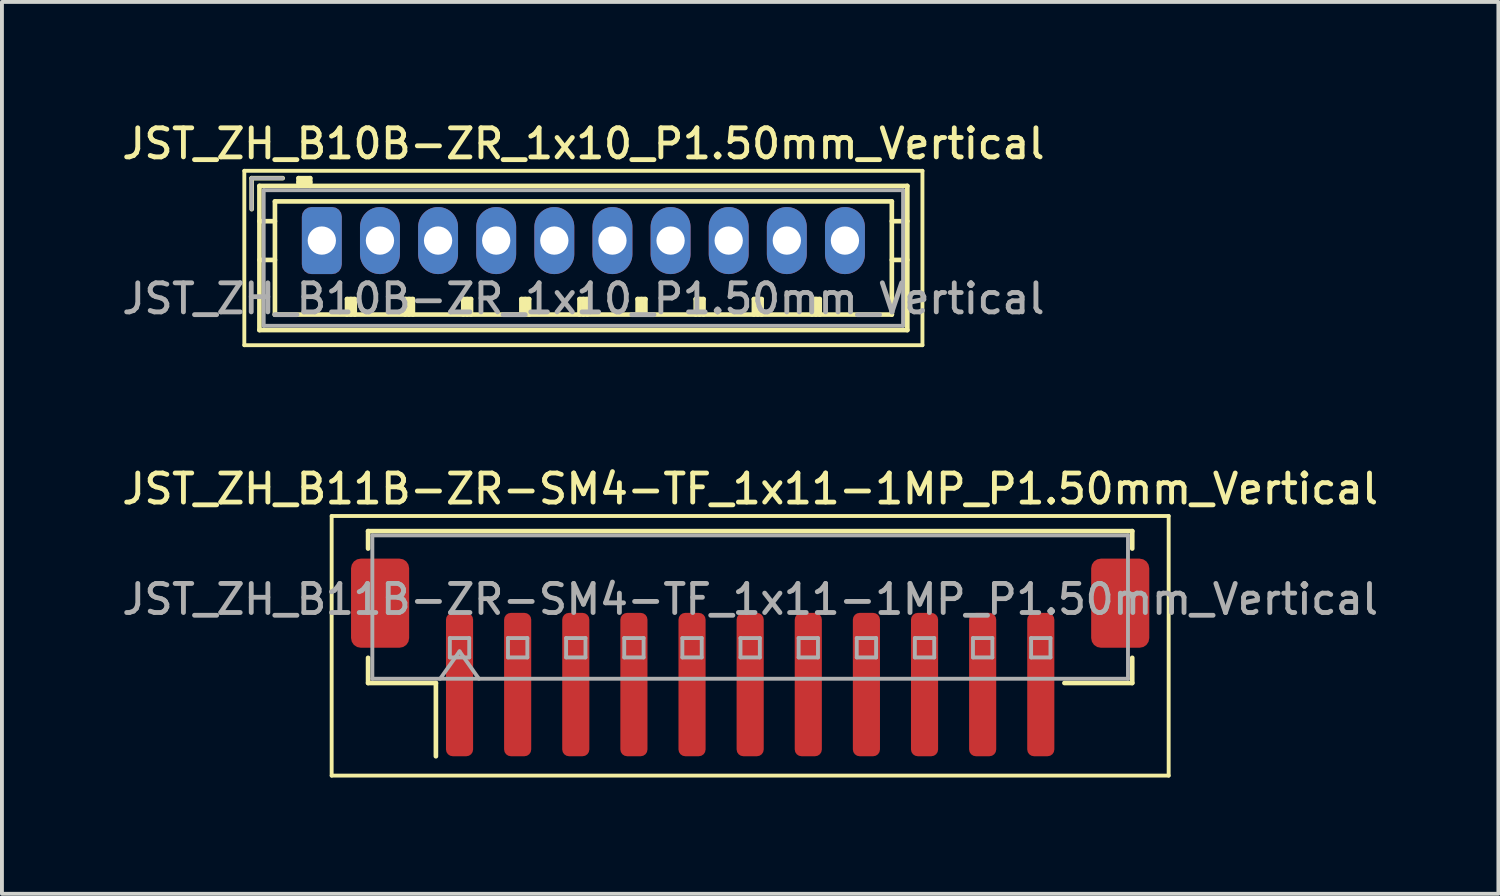
<source format=kicad_pcb>
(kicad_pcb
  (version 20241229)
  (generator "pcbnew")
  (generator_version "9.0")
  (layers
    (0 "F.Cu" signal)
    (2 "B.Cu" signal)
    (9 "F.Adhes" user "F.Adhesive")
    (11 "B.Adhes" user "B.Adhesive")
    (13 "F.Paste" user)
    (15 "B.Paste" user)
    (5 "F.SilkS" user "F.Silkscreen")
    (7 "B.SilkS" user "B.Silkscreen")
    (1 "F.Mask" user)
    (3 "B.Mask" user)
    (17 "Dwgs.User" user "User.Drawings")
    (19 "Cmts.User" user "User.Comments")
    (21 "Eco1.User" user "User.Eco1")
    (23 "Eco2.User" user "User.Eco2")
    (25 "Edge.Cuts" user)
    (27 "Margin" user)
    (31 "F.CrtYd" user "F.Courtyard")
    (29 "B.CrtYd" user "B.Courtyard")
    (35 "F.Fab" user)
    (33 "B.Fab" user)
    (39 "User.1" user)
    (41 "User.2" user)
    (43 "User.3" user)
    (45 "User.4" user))
  (footprint "JST_ZH_B11B-ZR-SM4-TF_1x11-1MP_P1.50mm_Vertical"
    (layer "F.Cu")
    (at 16.309 13.916)
    (property "Reference" "JST_ZH_B11B-ZR-SM4-TF_1x11-1MP_P1.50mm_Vertical" (at 0 -4.35 0) (layer "F.SilkS") (effects (font (size 0.75 0.75) (thickness 0.125))))
    (attr smd)
    (fp_line (start -10.8 -3.65) (end -10.8 3.05) (stroke (width 0.1) (type solid)) (layer "F.SilkS"))
    (fp_line (start -10.8 3.05) (end 10.8 3.05) (stroke (width 0.1) (type solid)) (layer "F.SilkS"))
    (fp_line (start -9.86 -3.26) (end 9.86 -3.26) (stroke (width 0.12) (type solid)) (layer "F.SilkS"))
    (fp_line (start -9.86 -2.81) (end -9.86 -3.26) (stroke (width 0.12) (type solid)) (layer "F.SilkS"))
    (fp_line (start -9.86 0.01) (end -9.86 0.66) (stroke (width 0.12) (type solid)) (layer "F.SilkS"))
    (fp_line (start -9.86 0.66) (end -8.11 0.66) (stroke (width 0.12) (type solid)) (layer "F.SilkS"))
    (fp_line (start -8.11 0.66) (end -8.11 2.55) (stroke (width 0.12) (type solid)) (layer "F.SilkS"))
    (fp_line (start 9.86 -3.26) (end 9.86 -2.81) (stroke (width 0.12) (type solid)) (layer "F.SilkS"))
    (fp_line (start 9.86 0.01) (end 9.86 0.66) (stroke (width 0.12) (type solid)) (layer "F.SilkS"))
    (fp_line (start 9.86 0.66) (end 8.11 0.66) (stroke (width 0.12) (type solid)) (layer "F.SilkS"))
    (fp_line (start 10.8 -3.65) (end -10.8 -3.65) (stroke (width 0.1) (type solid)) (layer "F.SilkS"))
    (fp_line (start 10.8 3.05) (end 10.8 -3.65) (stroke (width 0.1) (type solid)) (layer "F.SilkS"))
    (fp_line (start -9.75 -3.15) (end 9.75 -3.15) (stroke (width 0.1) (type solid)) (layer "F.Fab"))
    (fp_line (start -9.75 0.55) (end -9.75 -3.15) (stroke (width 0.1) (type solid)) (layer "F.Fab"))
    (fp_line (start -9.75 0.55) (end 9.75 0.55) (stroke (width 0.1) (type solid)) (layer "F.Fab"))
    (fp_line (start -8 0.55) (end -7.5 -0.157) (stroke (width 0.1) (type solid)) (layer "F.Fab"))
    (fp_line (start -7.75 -0.5) (end -7.75 0) (stroke (width 0.1) (type solid)) (layer "F.Fab"))
    (fp_line (start -7.75 0) (end -7.25 0) (stroke (width 0.1) (type solid)) (layer "F.Fab"))
    (fp_line (start -7.5 -0.157) (end -7 0.55) (stroke (width 0.1) (type solid)) (layer "F.Fab"))
    (fp_line (start -7.25 -0.5) (end -7.75 -0.5) (stroke (width 0.1) (type solid)) (layer "F.Fab"))
    (fp_line (start -7.25 0) (end -7.25 -0.5) (stroke (width 0.1) (type solid)) (layer "F.Fab"))
    (fp_line (start -6.25 -0.5) (end -6.25 0) (stroke (width 0.1) (type solid)) (layer "F.Fab"))
    (fp_line (start -6.25 0) (end -5.75 0) (stroke (width 0.1) (type solid)) (layer "F.Fab"))
    (fp_line (start -5.75 -0.5) (end -6.25 -0.5) (stroke (width 0.1) (type solid)) (layer "F.Fab"))
    (fp_line (start -5.75 0) (end -5.75 -0.5) (stroke (width 0.1) (type solid)) (layer "F.Fab"))
    (fp_line (start -4.75 -0.5) (end -4.75 0) (stroke (width 0.1) (type solid)) (layer "F.Fab"))
    (fp_line (start -4.75 0) (end -4.25 0) (stroke (width 0.1) (type solid)) (layer "F.Fab"))
    (fp_line (start -4.25 -0.5) (end -4.75 -0.5) (stroke (width 0.1) (type solid)) (layer "F.Fab"))
    (fp_line (start -4.25 0) (end -4.25 -0.5) (stroke (width 0.1) (type solid)) (layer "F.Fab"))
    (fp_line (start -3.25 -0.5) (end -3.25 0) (stroke (width 0.1) (type solid)) (layer "F.Fab"))
    (fp_line (start -3.25 0) (end -2.75 0) (stroke (width 0.1) (type solid)) (layer "F.Fab"))
    (fp_line (start -2.75 -0.5) (end -3.25 -0.5) (stroke (width 0.1) (type solid)) (layer "F.Fab"))
    (fp_line (start -2.75 0) (end -2.75 -0.5) (stroke (width 0.1) (type solid)) (layer "F.Fab"))
    (fp_line (start -1.75 -0.5) (end -1.75 0) (stroke (width 0.1) (type solid)) (layer "F.Fab"))
    (fp_line (start -1.75 0) (end -1.25 0) (stroke (width 0.1) (type solid)) (layer "F.Fab"))
    (fp_line (start -1.25 -0.5) (end -1.75 -0.5) (stroke (width 0.1) (type solid)) (layer "F.Fab"))
    (fp_line (start -1.25 0) (end -1.25 -0.5) (stroke (width 0.1) (type solid)) (layer "F.Fab"))
    (fp_line (start -0.25 -0.5) (end -0.25 0) (stroke (width 0.1) (type solid)) (layer "F.Fab"))
    (fp_line (start -0.25 0) (end 0.25 0) (stroke (width 0.1) (type solid)) (layer "F.Fab"))
    (fp_line (start 0.25 -0.5) (end -0.25 -0.5) (stroke (width 0.1) (type solid)) (layer "F.Fab"))
    (fp_line (start 0.25 0) (end 0.25 -0.5) (stroke (width 0.1) (type solid)) (layer "F.Fab"))
    (fp_line (start 1.25 -0.5) (end 1.25 0) (stroke (width 0.1) (type solid)) (layer "F.Fab"))
    (fp_line (start 1.25 0) (end 1.75 0) (stroke (width 0.1) (type solid)) (layer "F.Fab"))
    (fp_line (start 1.75 -0.5) (end 1.25 -0.5) (stroke (width 0.1) (type solid)) (layer "F.Fab"))
    (fp_line (start 1.75 0) (end 1.75 -0.5) (stroke (width 0.1) (type solid)) (layer "F.Fab"))
    (fp_line (start 2.75 -0.5) (end 2.75 0) (stroke (width 0.1) (type solid)) (layer "F.Fab"))
    (fp_line (start 2.75 0) (end 3.25 0) (stroke (width 0.1) (type solid)) (layer "F.Fab"))
    (fp_line (start 3.25 -0.5) (end 2.75 -0.5) (stroke (width 0.1) (type solid)) (layer "F.Fab"))
    (fp_line (start 3.25 0) (end 3.25 -0.5) (stroke (width 0.1) (type solid)) (layer "F.Fab"))
    (fp_line (start 4.25 -0.5) (end 4.25 0) (stroke (width 0.1) (type solid)) (layer "F.Fab"))
    (fp_line (start 4.25 0) (end 4.75 0) (stroke (width 0.1) (type solid)) (layer "F.Fab"))
    (fp_line (start 4.75 -0.5) (end 4.25 -0.5) (stroke (width 0.1) (type solid)) (layer "F.Fab"))
    (fp_line (start 4.75 0) (end 4.75 -0.5) (stroke (width 0.1) (type solid)) (layer "F.Fab"))
    (fp_line (start 5.75 -0.5) (end 5.75 0) (stroke (width 0.1) (type solid)) (layer "F.Fab"))
    (fp_line (start 5.75 0) (end 6.25 0) (stroke (width 0.1) (type solid)) (layer "F.Fab"))
    (fp_line (start 6.25 -0.5) (end 5.75 -0.5) (stroke (width 0.1) (type solid)) (layer "F.Fab"))
    (fp_line (start 6.25 0) (end 6.25 -0.5) (stroke (width 0.1) (type solid)) (layer "F.Fab"))
    (fp_line (start 7.25 -0.5) (end 7.25 0) (stroke (width 0.1) (type solid)) (layer "F.Fab"))
    (fp_line (start 7.25 0) (end 7.75 0) (stroke (width 0.1) (type solid)) (layer "F.Fab"))
    (fp_line (start 7.75 -0.5) (end 7.25 -0.5) (stroke (width 0.1) (type solid)) (layer "F.Fab"))
    (fp_line (start 7.75 0) (end 7.75 -0.5) (stroke (width 0.1) (type solid)) (layer "F.Fab"))
    (fp_line (start 9.75 0.55) (end 9.75 -3.15) (stroke (width 0.1) (type solid)) (layer "F.Fab"))
    (fp_text user "${REFERENCE}" (at 0 -1.5 0) (layer "F.Fab") (effects (font (size 0.75 0.75) (thickness 0.125))))
    (pad "1" smd roundrect (at -7.5 0.7) (size 0.7 3.7) (layers "F.Cu" "F.Mask" "F.Paste") (roundrect_rratio 0.25))
    (pad "2" smd roundrect (at -6 0.7) (size 0.7 3.7) (layers "F.Cu" "F.Mask" "F.Paste") (roundrect_rratio 0.25))
    (pad "3" smd roundrect (at -4.5 0.7) (size 0.7 3.7) (layers "F.Cu" "F.Mask" "F.Paste") (roundrect_rratio 0.25))
    (pad "4" smd roundrect (at -3 0.7) (size 0.7 3.7) (layers "F.Cu" "F.Mask" "F.Paste") (roundrect_rratio 0.25))
    (pad "5" smd roundrect (at -1.5 0.7) (size 0.7 3.7) (layers "F.Cu" "F.Mask" "F.Paste") (roundrect_rratio 0.25))
    (pad "6" smd roundrect (at 0 0.7) (size 0.7 3.7) (layers "F.Cu" "F.Mask" "F.Paste") (roundrect_rratio 0.25))
    (pad "7" smd roundrect (at 1.5 0.7) (size 0.7 3.7) (layers "F.Cu" "F.Mask" "F.Paste") (roundrect_rratio 0.25))
    (pad "8" smd roundrect (at 3 0.7) (size 0.7 3.7) (layers "F.Cu" "F.Mask" "F.Paste") (roundrect_rratio 0.25))
    (pad "9" smd roundrect (at 4.5 0.7) (size 0.7 3.7) (layers "F.Cu" "F.Mask" "F.Paste") (roundrect_rratio 0.25))
    (pad "10" smd roundrect (at 6 0.7) (size 0.7 3.7) (layers "F.Cu" "F.Mask" "F.Paste") (roundrect_rratio 0.25))
    (pad "11" smd roundrect (at 7.5 0.7) (size 0.7 3.7) (layers "F.Cu" "F.Mask" "F.Paste") (roundrect_rratio 0.25))
    (pad "MP" smd roundrect (at -9.55 -1.4) (size 1.5 2.3) (layers "F.Cu" "F.Mask" "F.Paste") (roundrect_rratio 0.167))
    (pad "MP" smd roundrect (at 9.55 -1.4) (size 1.5 2.3) (layers "F.Cu" "F.Mask" "F.Paste") (roundrect_rratio 0.167)))
  (footprint "JST_ZH_B10B-ZR_1x10_P1.50mm_Vertical"
    (layer "F.Cu")
    (at 5.255 3.158)
    (property "Reference" "JST_ZH_B10B-ZR_1x10_P1.50mm_Vertical" (at 6.75 -2.5 0) (layer "F.SilkS") (effects (font (size 0.75 0.75) (thickness 0.125))))
    (attr through_hole)
    (fp_line (start -2 -1.8) (end -2 2.7) (stroke (width 0.1) (type solid)) (layer "F.SilkS"))
    (fp_line (start -2 2.7) (end 15.5 2.7) (stroke (width 0.1) (type solid)) (layer "F.SilkS"))
    (fp_line (start -1.81 -1.61) (end -1.81 -0.81) (stroke (width 0.12) (type solid)) (layer "F.SilkS"))
    (fp_line (start -1.61 -1.41) (end -1.61 2.31) (stroke (width 0.12) (type solid)) (layer "F.SilkS"))
    (fp_line (start -1.61 -0.5) (end -1.21 -0.5) (stroke (width 0.12) (type solid)) (layer "F.SilkS"))
    (fp_line (start -1.61 0.5) (end -1.21 0.5) (stroke (width 0.12) (type solid)) (layer "F.SilkS"))
    (fp_line (start -1.61 2.31) (end 15.11 2.31) (stroke (width 0.12) (type solid)) (layer "F.SilkS"))
    (fp_line (start -1.21 -1.01) (end -1.21 1.91) (stroke (width 0.12) (type solid)) (layer "F.SilkS"))
    (fp_line (start -1.21 1.91) (end 14.71 1.91) (stroke (width 0.12) (type solid)) (layer "F.SilkS"))
    (fp_line (start -1.01 -1.61) (end -1.81 -1.61) (stroke (width 0.12) (type solid)) (layer "F.SilkS"))
    (fp_line (start -0.6 -1.61) (end -0.6 -1.41) (stroke (width 0.12) (type solid)) (layer "F.SilkS"))
    (fp_line (start -0.3 -1.61) (end -0.6 -1.61) (stroke (width 0.12) (type solid)) (layer "F.SilkS"))
    (fp_line (start -0.3 -1.51) (end -0.6 -1.51) (stroke (width 0.12) (type solid)) (layer "F.SilkS"))
    (fp_line (start -0.3 -1.41) (end -0.3 -1.61) (stroke (width 0.12) (type solid)) (layer "F.SilkS"))
    (fp_line (start 0.65 1.51) (end 0.85 1.51) (stroke (width 0.12) (type solid)) (layer "F.SilkS"))
    (fp_line (start 0.65 1.91) (end 0.65 1.51) (stroke (width 0.12) (type solid)) (layer "F.SilkS"))
    (fp_line (start 0.75 1.91) (end 0.75 1.51) (stroke (width 0.12) (type solid)) (layer "F.SilkS"))
    (fp_line (start 0.85 1.51) (end 0.85 1.91) (stroke (width 0.12) (type solid)) (layer "F.SilkS"))
    (fp_line (start 2.15 1.51) (end 2.35 1.51) (stroke (width 0.12) (type solid)) (layer "F.SilkS"))
    (fp_line (start 2.15 1.91) (end 2.15 1.51) (stroke (width 0.12) (type solid)) (layer "F.SilkS"))
    (fp_line (start 2.25 1.91) (end 2.25 1.51) (stroke (width 0.12) (type solid)) (layer "F.SilkS"))
    (fp_line (start 2.35 1.51) (end 2.35 1.91) (stroke (width 0.12) (type solid)) (layer "F.SilkS"))
    (fp_line (start 3.65 1.51) (end 3.85 1.51) (stroke (width 0.12) (type solid)) (layer "F.SilkS"))
    (fp_line (start 3.65 1.91) (end 3.65 1.51) (stroke (width 0.12) (type solid)) (layer "F.SilkS"))
    (fp_line (start 3.75 1.91) (end 3.75 1.51) (stroke (width 0.12) (type solid)) (layer "F.SilkS"))
    (fp_line (start 3.85 1.51) (end 3.85 1.91) (stroke (width 0.12) (type solid)) (layer "F.SilkS"))
    (fp_line (start 5.15 1.51) (end 5.35 1.51) (stroke (width 0.12) (type solid)) (layer "F.SilkS"))
    (fp_line (start 5.15 1.91) (end 5.15 1.51) (stroke (width 0.12) (type solid)) (layer "F.SilkS"))
    (fp_line (start 5.25 1.91) (end 5.25 1.51) (stroke (width 0.12) (type solid)) (layer "F.SilkS"))
    (fp_line (start 5.35 1.51) (end 5.35 1.91) (stroke (width 0.12) (type solid)) (layer "F.SilkS"))
    (fp_line (start 6.65 1.51) (end 6.85 1.51) (stroke (width 0.12) (type solid)) (layer "F.SilkS"))
    (fp_line (start 6.65 1.91) (end 6.65 1.51) (stroke (width 0.12) (type solid)) (layer "F.SilkS"))
    (fp_line (start 6.75 1.91) (end 6.75 1.51) (stroke (width 0.12) (type solid)) (layer "F.SilkS"))
    (fp_line (start 6.85 1.51) (end 6.85 1.91) (stroke (width 0.12) (type solid)) (layer "F.SilkS"))
    (fp_line (start 8.15 1.51) (end 8.35 1.51) (stroke (width 0.12) (type solid)) (layer "F.SilkS"))
    (fp_line (start 8.15 1.91) (end 8.15 1.51) (stroke (width 0.12) (type solid)) (layer "F.SilkS"))
    (fp_line (start 8.25 1.91) (end 8.25 1.51) (stroke (width 0.12) (type solid)) (layer "F.SilkS"))
    (fp_line (start 8.35 1.51) (end 8.35 1.91) (stroke (width 0.12) (type solid)) (layer "F.SilkS"))
    (fp_line (start 9.65 1.51) (end 9.85 1.51) (stroke (width 0.12) (type solid)) (layer "F.SilkS"))
    (fp_line (start 9.65 1.91) (end 9.65 1.51) (stroke (width 0.12) (type solid)) (layer "F.SilkS"))
    (fp_line (start 9.75 1.91) (end 9.75 1.51) (stroke (width 0.12) (type solid)) (layer "F.SilkS"))
    (fp_line (start 9.85 1.51) (end 9.85 1.91) (stroke (width 0.12) (type solid)) (layer "F.SilkS"))
    (fp_line (start 11.15 1.51) (end 11.35 1.51) (stroke (width 0.12) (type solid)) (layer "F.SilkS"))
    (fp_line (start 11.15 1.91) (end 11.15 1.51) (stroke (width 0.12) (type solid)) (layer "F.SilkS"))
    (fp_line (start 11.25 1.91) (end 11.25 1.51) (stroke (width 0.12) (type solid)) (layer "F.SilkS"))
    (fp_line (start 11.35 1.51) (end 11.35 1.91) (stroke (width 0.12) (type solid)) (layer "F.SilkS"))
    (fp_line (start 12.65 1.51) (end 12.85 1.51) (stroke (width 0.12) (type solid)) (layer "F.SilkS"))
    (fp_line (start 12.65 1.91) (end 12.65 1.51) (stroke (width 0.12) (type solid)) (layer "F.SilkS"))
    (fp_line (start 12.75 1.91) (end 12.75 1.51) (stroke (width 0.12) (type solid)) (layer "F.SilkS"))
    (fp_line (start 12.85 1.51) (end 12.85 1.91) (stroke (width 0.12) (type solid)) (layer "F.SilkS"))
    (fp_line (start 14.71 -1.01) (end -1.21 -1.01) (stroke (width 0.12) (type solid)) (layer "F.SilkS"))
    (fp_line (start 14.71 1.91) (end 14.71 -1.01) (stroke (width 0.12) (type solid)) (layer "F.SilkS"))
    (fp_line (start 15.11 -1.41) (end -1.61 -1.41) (stroke (width 0.12) (type solid)) (layer "F.SilkS"))
    (fp_line (start 15.11 -0.5) (end 14.71 -0.5) (stroke (width 0.12) (type solid)) (layer "F.SilkS"))
    (fp_line (start 15.11 0.5) (end 14.71 0.5) (stroke (width 0.12) (type solid)) (layer "F.SilkS"))
    (fp_line (start 15.11 2.31) (end 15.11 -1.41) (stroke (width 0.12) (type solid)) (layer "F.SilkS"))
    (fp_line (start 15.5 -1.8) (end -2 -1.8) (stroke (width 0.1) (type solid)) (layer "F.SilkS"))
    (fp_line (start 15.5 2.7) (end 15.5 -1.8) (stroke (width 0.1) (type solid)) (layer "F.SilkS"))
    (fp_line (start -1.81 -1.61) (end -1.81 -0.81) (stroke (width 0.1) (type solid)) (layer "F.Fab"))
    (fp_line (start -1.5 -1.3) (end -1.5 2.2) (stroke (width 0.1) (type solid)) (layer "F.Fab"))
    (fp_line (start -1.5 2.2) (end 15 2.2) (stroke (width 0.1) (type solid)) (layer "F.Fab"))
    (fp_line (start -1.01 -1.61) (end -1.81 -1.61) (stroke (width 0.1) (type solid)) (layer "F.Fab"))
    (fp_line (start 15 -1.3) (end -1.5 -1.3) (stroke (width 0.1) (type solid)) (layer "F.Fab"))
    (fp_line (start 15 2.2) (end 15 -1.3) (stroke (width 0.1) (type solid)) (layer "F.Fab"))
    (fp_text user "${REFERENCE}" (at 6.75 1.5 0) (layer "F.Fab") (effects (font (size 0.75 0.75) (thickness 0.125))))
    (pad "1" thru_hole roundrect (at 0 0) (size 1.03 1.73) (drill 0.73) (layers "*.Cu" "*.Mask") (roundrect_rratio 0.243))
    (pad "2" thru_hole oval (at 1.5 0) (size 1.03 1.73) (drill 0.73) (layers "*.Cu" "*.Mask"))
    (pad "3" thru_hole oval (at 3 0) (size 1.03 1.73) (drill 0.73) (layers "*.Cu" "*.Mask"))
    (pad "4" thru_hole oval (at 4.5 0) (size 1.03 1.73) (drill 0.73) (layers "*.Cu" "*.Mask"))
    (pad "5" thru_hole oval (at 6 0) (size 1.03 1.73) (drill 0.73) (layers "*.Cu" "*.Mask"))
    (pad "6" thru_hole oval (at 7.5 0) (size 1.03 1.73) (drill 0.73) (layers "*.Cu" "*.Mask"))
    (pad "7" thru_hole oval (at 9 0) (size 1.03 1.73) (drill 0.73) (layers "*.Cu" "*.Mask"))
    (pad "8" thru_hole oval (at 10.5 0) (size 1.03 1.73) (drill 0.73) (layers "*.Cu" "*.Mask"))
    (pad "9" thru_hole oval (at 12 0) (size 1.03 1.73) (drill 0.73) (layers "*.Cu" "*.Mask"))
    (pad "10" thru_hole oval (at 13.5 0) (size 1.03 1.73) (drill 0.73) (layers "*.Cu" "*.Mask")))
  (gr_rect
    (start -3 -3)
    (end 35.618 20.016)
    (stroke (width 0.1) (type default))
    (fill no)
    (layer "Edge.Cuts")))
</source>
